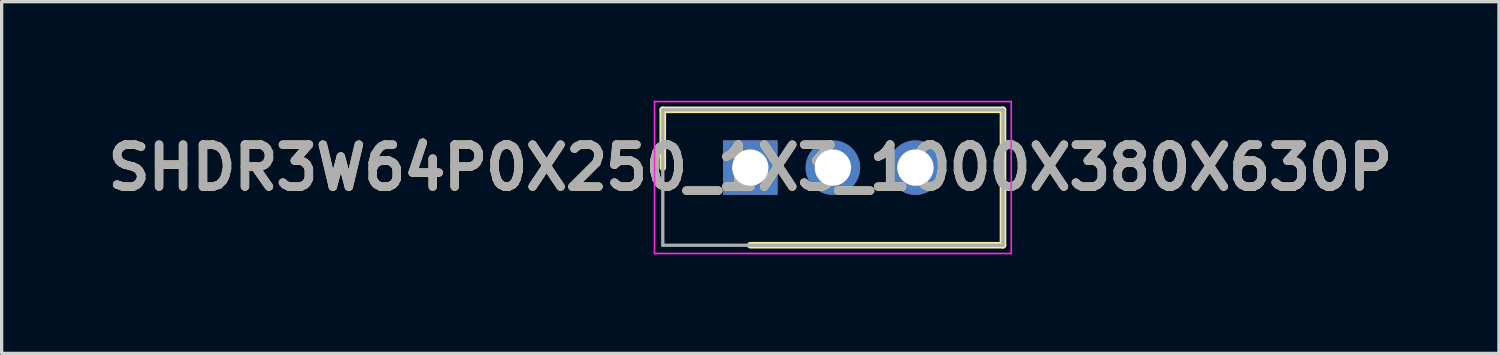
<source format=kicad_pcb>
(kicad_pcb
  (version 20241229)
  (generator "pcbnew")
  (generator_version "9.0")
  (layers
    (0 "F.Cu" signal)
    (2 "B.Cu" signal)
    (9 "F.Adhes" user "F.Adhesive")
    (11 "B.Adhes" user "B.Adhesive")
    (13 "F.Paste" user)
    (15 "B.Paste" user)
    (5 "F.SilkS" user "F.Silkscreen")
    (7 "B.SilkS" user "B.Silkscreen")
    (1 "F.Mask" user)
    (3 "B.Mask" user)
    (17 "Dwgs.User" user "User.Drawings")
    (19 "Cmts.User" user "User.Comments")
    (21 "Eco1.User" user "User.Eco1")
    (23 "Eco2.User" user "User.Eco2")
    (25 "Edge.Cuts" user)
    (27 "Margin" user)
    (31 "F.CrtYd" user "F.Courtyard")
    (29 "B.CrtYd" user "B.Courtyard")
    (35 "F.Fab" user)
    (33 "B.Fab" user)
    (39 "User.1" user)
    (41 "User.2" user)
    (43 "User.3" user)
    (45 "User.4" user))
  (footprint "SHDR3W64P0X250_1X3_1000X380X630P"
    (layer "F.Cu")
    (at 19.667 2.025)
    (property "Reference" "SHDR3W64P0X250_1X3_1000X380X630P" (at 0 0 0) (layer "F.SilkS") (effects (font (size 1.27 1.27) (thickness 0.254))))
    (attr through_hole)
    (fp_line (start -2.65 -1.75) (end -2.65 0) (stroke (width 0.2) (type solid)) (layer "F.SilkS"))
    (fp_line (start 0 2.35) (end 7.65 2.35) (stroke (width 0.2) (type solid)) (layer "F.SilkS"))
    (fp_line (start 7.65 -1.75) (end -2.65 -1.75) (stroke (width 0.2) (type solid)) (layer "F.SilkS"))
    (fp_line (start 7.65 2.35) (end 7.65 -1.75) (stroke (width 0.2) (type solid)) (layer "F.SilkS"))
    (fp_line (start -2.9 -2) (end 7.9 -2) (stroke (width 0.05) (type solid)) (layer "F.CrtYd"))
    (fp_line (start -2.9 2.6) (end -2.9 -2) (stroke (width 0.05) (type solid)) (layer "F.CrtYd"))
    (fp_line (start 7.9 -2) (end 7.9 2.6) (stroke (width 0.05) (type solid)) (layer "F.CrtYd"))
    (fp_line (start 7.9 2.6) (end -2.9 2.6) (stroke (width 0.05) (type solid)) (layer "F.CrtYd"))
    (fp_line (start -2.65 -1.75) (end 7.65 -1.75) (stroke (width 0.1) (type solid)) (layer "F.Fab"))
    (fp_line (start -2.65 2.35) (end -2.65 -1.75) (stroke (width 0.1) (type solid)) (layer "F.Fab"))
    (fp_line (start 7.65 -1.75) (end 7.65 2.35) (stroke (width 0.1) (type solid)) (layer "F.Fab"))
    (fp_line (start 7.65 2.35) (end -2.65 2.35) (stroke (width 0.1) (type solid)) (layer "F.Fab"))
    (fp_text user "${REFERENCE}" (at 0 0 0) (layer "F.Fab") (effects (font (size 1.27 1.27) (thickness 0.254))))
    (pad "1" thru_hole rect (at 0 0) (size 1.65 1.65) (drill 1.1) (layers "*.Cu" "*.Mask"))
    (pad "2" thru_hole circle (at 2.5 0) (size 1.65 1.65) (drill 1.1) (layers "*.Cu" "*.Mask"))
    (pad "3" thru_hole circle (at 5 0) (size 1.65 1.65) (drill 1.1) (layers "*.Cu" "*.Mask")))
  (gr_rect
    (start -3 -3)
    (end 42.334 7.65)
    (stroke (width 0.1) (type default))
    (fill no)
    (layer "Edge.Cuts")))
</source>
